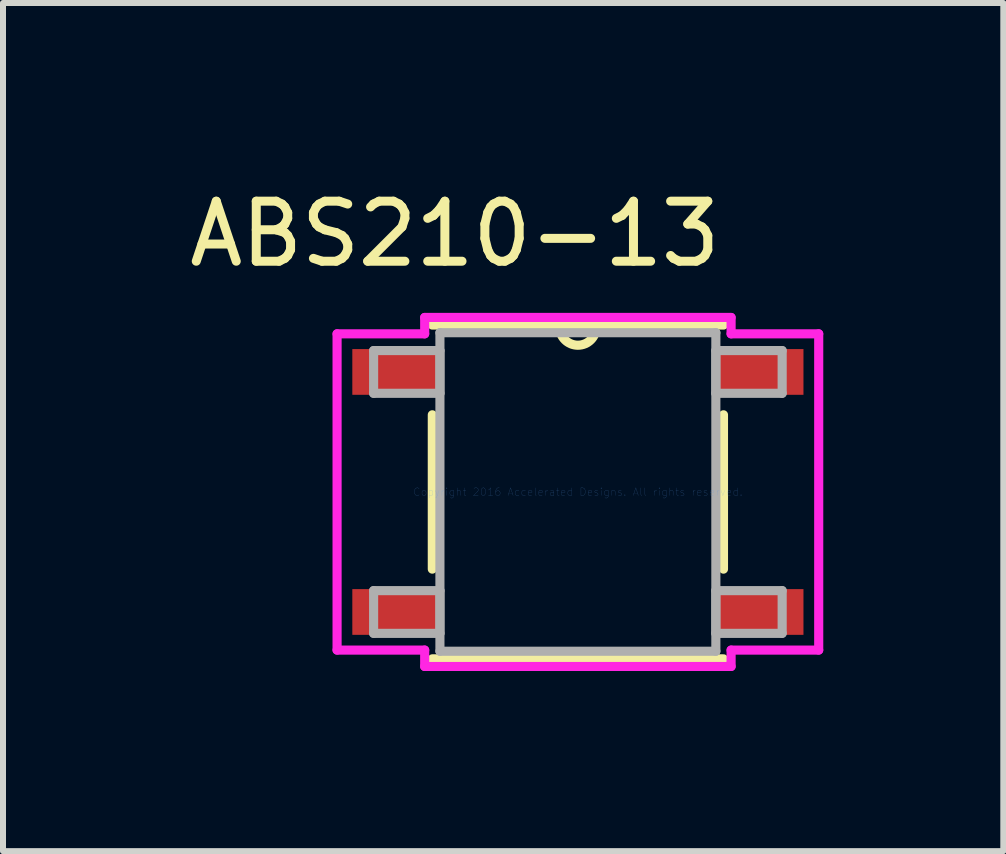
<source format=kicad_pcb>
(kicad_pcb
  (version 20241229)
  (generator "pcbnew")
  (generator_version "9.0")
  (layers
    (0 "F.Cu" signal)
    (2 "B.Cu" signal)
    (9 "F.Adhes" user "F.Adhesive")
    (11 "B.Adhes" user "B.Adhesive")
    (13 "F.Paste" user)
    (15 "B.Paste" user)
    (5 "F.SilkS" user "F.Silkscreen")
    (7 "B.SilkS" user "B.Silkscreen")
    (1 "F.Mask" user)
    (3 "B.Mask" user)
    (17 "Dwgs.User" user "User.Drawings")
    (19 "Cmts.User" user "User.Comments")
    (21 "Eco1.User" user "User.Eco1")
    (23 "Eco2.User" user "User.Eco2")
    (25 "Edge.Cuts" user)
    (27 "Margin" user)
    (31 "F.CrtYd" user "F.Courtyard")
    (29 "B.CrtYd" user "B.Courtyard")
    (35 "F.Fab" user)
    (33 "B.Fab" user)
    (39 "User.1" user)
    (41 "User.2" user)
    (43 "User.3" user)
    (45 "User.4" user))
  (footprint "ABS210-13"
    (layer "F.Cu")
    (at 6.58 5.148)
    (property "Reference" "ABS210-13" (at -2.05 -4.3 0) (layer "F.SilkS") (effects (font (size 1 1) (thickness 0.15))))
    (attr through_hole)
    (fp_line (start -2.426 -1.286) (end -2.426 1.286) (stroke (width 0.152) (type solid)) (layer "F.SilkS"))
    (fp_line (start -2.426 2.781) (end 2.426 2.781) (stroke (width 0.152) (type solid)) (layer "F.SilkS"))
    (fp_line (start 2.426 -2.781) (end -2.426 -2.781) (stroke (width 0.152) (type solid)) (layer "F.SilkS"))
    (fp_line (start 2.426 1.286) (end 2.426 -1.286) (stroke (width 0.152) (type solid)) (layer "F.SilkS"))
    (fp_arc (start 0.3048 -2.75) (mid 0 -2.4452) (end -0.3048 -2.75) (stroke (width 0.1524) (type solid)) (layer "F.SilkS"))
    (fp_line (start -4.013 -2.635) (end -2.553 -2.635) (stroke (width 0.152) (type solid)) (layer "F.CrtYd"))
    (fp_line (start -4.013 2.635) (end -4.013 -2.635) (stroke (width 0.152) (type solid)) (layer "F.CrtYd"))
    (fp_line (start -2.553 -2.908) (end 2.553 -2.908) (stroke (width 0.152) (type solid)) (layer "F.CrtYd"))
    (fp_line (start -2.553 -2.635) (end -2.553 -2.908) (stroke (width 0.152) (type solid)) (layer "F.CrtYd"))
    (fp_line (start -2.553 2.635) (end -4.013 2.635) (stroke (width 0.152) (type solid)) (layer "F.CrtYd"))
    (fp_line (start -2.553 2.908) (end -2.553 2.635) (stroke (width 0.152) (type solid)) (layer "F.CrtYd"))
    (fp_line (start 2.553 -2.908) (end 2.553 -2.635) (stroke (width 0.152) (type solid)) (layer "F.CrtYd"))
    (fp_line (start 2.553 -2.635) (end 4.013 -2.635) (stroke (width 0.152) (type solid)) (layer "F.CrtYd"))
    (fp_line (start 2.553 2.635) (end 2.553 2.908) (stroke (width 0.152) (type solid)) (layer "F.CrtYd"))
    (fp_line (start 2.553 2.908) (end -2.553 2.908) (stroke (width 0.152) (type solid)) (layer "F.CrtYd"))
    (fp_line (start 4.013 -2.635) (end 4.013 2.635) (stroke (width 0.152) (type solid)) (layer "F.CrtYd"))
    (fp_line (start 4.013 2.635) (end 2.553 2.635) (stroke (width 0.152) (type solid)) (layer "F.CrtYd"))
    (fp_line (start -3.404 -2.356) (end -3.404 -1.644) (stroke (width 0.152) (type solid)) (layer "F.Fab"))
    (fp_line (start -3.404 -1.644) (end -2.299 -1.644) (stroke (width 0.152) (type solid)) (layer "F.Fab"))
    (fp_line (start -3.404 1.644) (end -3.404 2.356) (stroke (width 0.152) (type solid)) (layer "F.Fab"))
    (fp_line (start -3.404 2.356) (end -2.299 2.356) (stroke (width 0.152) (type solid)) (layer "F.Fab"))
    (fp_line (start -2.299 -2.654) (end -2.299 2.654) (stroke (width 0.152) (type solid)) (layer "F.Fab"))
    (fp_line (start -2.299 -2.356) (end -3.404 -2.356) (stroke (width 0.152) (type solid)) (layer "F.Fab"))
    (fp_line (start -2.299 -1.644) (end -2.299 -2.356) (stroke (width 0.152) (type solid)) (layer "F.Fab"))
    (fp_line (start -2.299 1.644) (end -3.404 1.644) (stroke (width 0.152) (type solid)) (layer "F.Fab"))
    (fp_line (start -2.299 2.356) (end -2.299 1.644) (stroke (width 0.152) (type solid)) (layer "F.Fab"))
    (fp_line (start -2.299 2.654) (end 2.299 2.654) (stroke (width 0.152) (type solid)) (layer "F.Fab"))
    (fp_line (start 2.299 -2.654) (end -2.299 -2.654) (stroke (width 0.152) (type solid)) (layer "F.Fab"))
    (fp_line (start 2.299 -2.356) (end 2.299 -1.644) (stroke (width 0.152) (type solid)) (layer "F.Fab"))
    (fp_line (start 2.299 -1.644) (end 3.404 -1.644) (stroke (width 0.152) (type solid)) (layer "F.Fab"))
    (fp_line (start 2.299 1.644) (end 2.299 2.356) (stroke (width 0.152) (type solid)) (layer "F.Fab"))
    (fp_line (start 2.299 2.356) (end 3.404 2.356) (stroke (width 0.152) (type solid)) (layer "F.Fab"))
    (fp_line (start 2.299 2.654) (end 2.299 -2.654) (stroke (width 0.152) (type solid)) (layer "F.Fab"))
    (fp_line (start 3.404 -2.356) (end 2.299 -2.356) (stroke (width 0.152) (type solid)) (layer "F.Fab"))
    (fp_line (start 3.404 -1.644) (end 3.404 -2.356) (stroke (width 0.152) (type solid)) (layer "F.Fab"))
    (fp_line (start 3.404 1.644) (end 2.299 1.644) (stroke (width 0.152) (type solid)) (layer "F.Fab"))
    (fp_line (start 3.404 2.356) (end 3.404 1.644) (stroke (width 0.152) (type solid)) (layer "F.Fab"))
    (fp_text user "Copyright 2016 Accelerated Designs. All rights reserved." (at 0 0 0) (layer "Cmts.User") (effects (font (size 0.127 0.127) (thickness 0.002))))
    (pad "1" smd rect (at 3.029 -2) (size 1.46 0.762) (layers "F.Cu" "F.Mask" "F.Paste"))
    (pad "2" smd rect (at 3.029 2) (size 1.46 0.762) (layers "F.Cu" "F.Mask" "F.Paste"))
    (pad "3" smd rect (at -3.029 -2) (size 1.46 0.762) (layers "F.Cu" "F.Mask" "F.Paste"))
    (pad "4" smd rect (at -3.029 2) (size 1.46 0.762) (layers "F.Cu" "F.Mask" "F.Paste")))
  (gr_rect
    (start -3 -3)
    (end 13.669 11.133)
    (stroke (width 0.1) (type default))
    (fill no)
    (layer "Edge.Cuts")))
</source>
